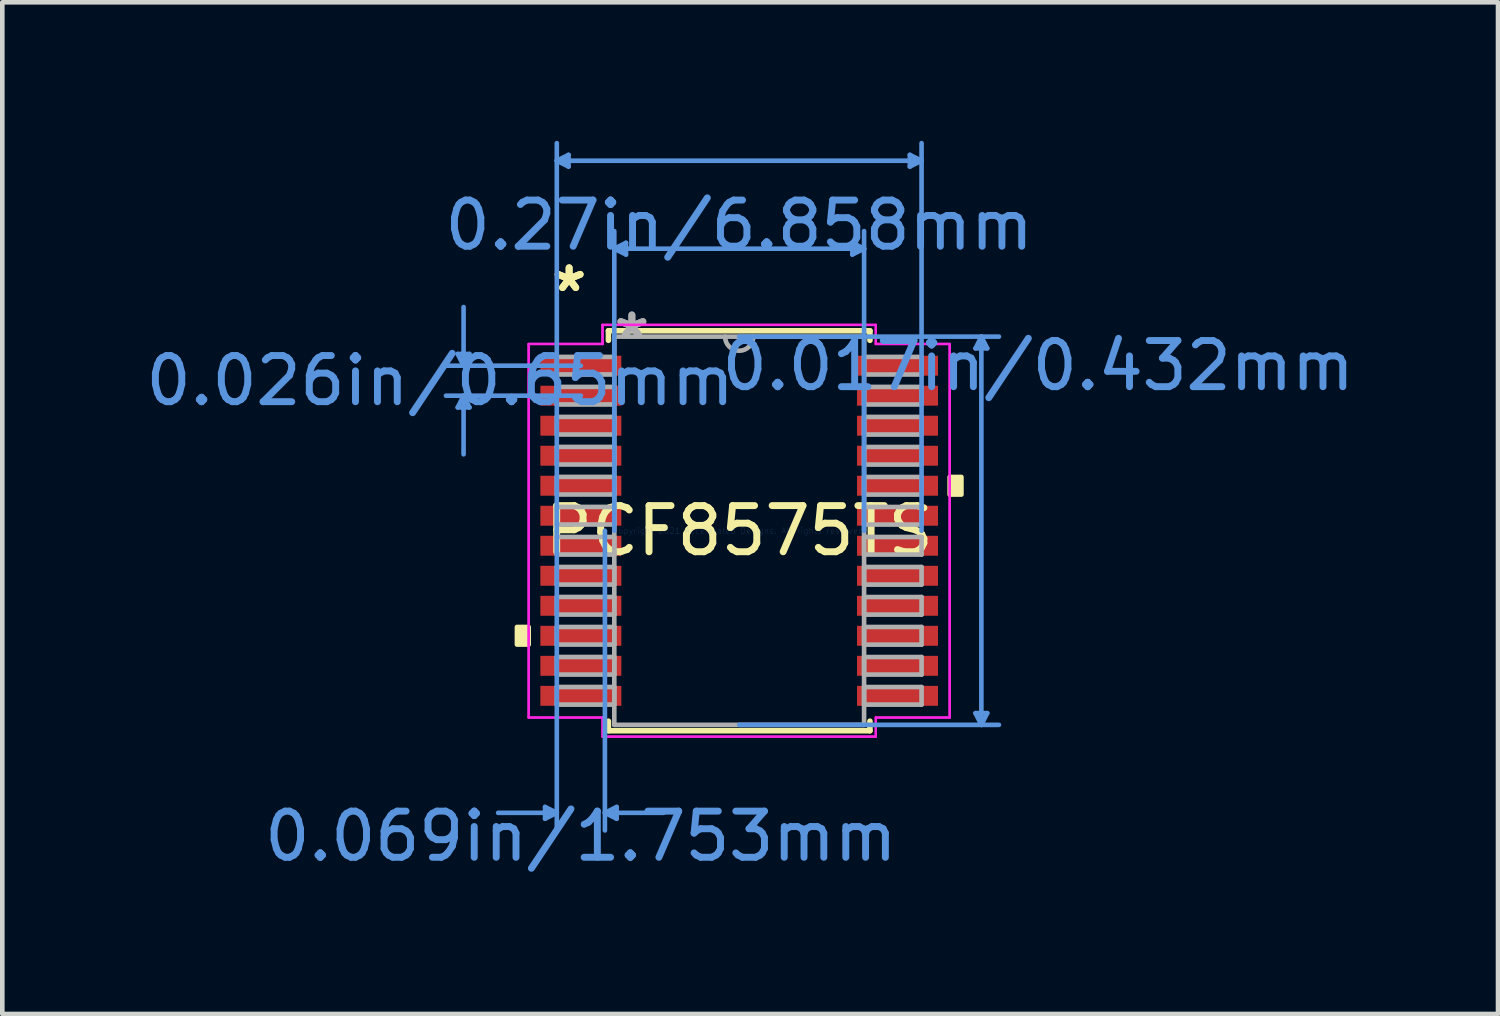
<source format=kicad_pcb>
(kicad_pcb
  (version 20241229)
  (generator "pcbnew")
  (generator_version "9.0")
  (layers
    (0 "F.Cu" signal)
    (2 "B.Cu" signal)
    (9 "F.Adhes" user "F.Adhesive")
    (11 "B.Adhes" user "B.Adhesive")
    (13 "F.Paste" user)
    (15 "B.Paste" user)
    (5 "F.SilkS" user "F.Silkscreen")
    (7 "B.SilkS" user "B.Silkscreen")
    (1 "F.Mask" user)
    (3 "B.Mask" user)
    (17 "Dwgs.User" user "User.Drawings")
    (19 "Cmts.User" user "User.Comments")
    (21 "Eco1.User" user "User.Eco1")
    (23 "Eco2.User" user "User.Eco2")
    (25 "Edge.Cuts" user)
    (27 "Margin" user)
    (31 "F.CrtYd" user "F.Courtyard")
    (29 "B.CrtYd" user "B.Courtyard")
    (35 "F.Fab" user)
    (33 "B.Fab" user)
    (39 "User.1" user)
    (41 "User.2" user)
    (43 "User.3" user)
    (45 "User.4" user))
  (footprint "PCF8575TS"
    (layer "F.Cu")
    (at 12.959 8.445)
    (property "Reference" "PCF8575TS" (at 0 0 0) (layer "F.SilkS") (effects (font (size 1 1) (thickness 0.15))))
    (attr through_hole)
    (fp_line (start -2.832 -4.331) (end -2.832 -4.124) (stroke (width 0.12) (type solid)) (layer "F.SilkS"))
    (fp_line (start -2.832 4.124) (end -2.832 4.331) (stroke (width 0.12) (type solid)) (layer "F.SilkS"))
    (fp_line (start -2.832 4.331) (end 2.832 4.331) (stroke (width 0.12) (type solid)) (layer "F.SilkS"))
    (fp_line (start 2.832 -4.331) (end -2.832 -4.331) (stroke (width 0.12) (type solid)) (layer "F.SilkS"))
    (fp_line (start 2.832 -4.124) (end 2.832 -4.331) (stroke (width 0.12) (type solid)) (layer "F.SilkS"))
    (fp_line (start 2.832 4.331) (end 2.832 4.124) (stroke (width 0.12) (type solid)) (layer "F.SilkS"))
    (fp_poly (pts (xy -4.813 2.084) (xy -4.813 2.465) (xy -4.559 2.465) (xy -4.559 2.084)) (stroke (width 0.1) (type solid)) (fill yes) (layer "F.SilkS"))
    (fp_poly (pts (xy 4.813 -1.165) (xy 4.813 -0.784) (xy 4.559 -0.784) (xy 4.559 -1.165)) (stroke (width 0.1) (type solid)) (fill yes) (layer "F.SilkS"))
    (fp_line (start -6.096 -3.829) (end -5.842 -3.829) (stroke (width 0.1) (type solid)) (layer "Cmts.User"))
    (fp_line (start -6.096 -2.671) (end -5.842 -2.671) (stroke (width 0.1) (type solid)) (layer "Cmts.User"))
    (fp_line (start -5.969 -3.575) (end -6.096 -3.829) (stroke (width 0.1) (type solid)) (layer "Cmts.User"))
    (fp_line (start -5.969 -3.575) (end -5.969 -4.845) (stroke (width 0.1) (type solid)) (layer "Cmts.User"))
    (fp_line (start -5.969 -3.575) (end -5.842 -3.829) (stroke (width 0.1) (type solid)) (layer "Cmts.User"))
    (fp_line (start -5.969 -2.925) (end -6.096 -2.671) (stroke (width 0.1) (type solid)) (layer "Cmts.User"))
    (fp_line (start -5.969 -2.925) (end -5.969 -1.655) (stroke (width 0.1) (type solid)) (layer "Cmts.User"))
    (fp_line (start -5.969 -2.925) (end -5.842 -2.671) (stroke (width 0.1) (type solid)) (layer "Cmts.User"))
    (fp_line (start -4.204 5.982) (end -4.204 6.236) (stroke (width 0.1) (type solid)) (layer "Cmts.User"))
    (fp_line (start -3.95 -8.014) (end -3.696 -8.141) (stroke (width 0.1) (type solid)) (layer "Cmts.User"))
    (fp_line (start -3.95 -8.014) (end -3.696 -7.887) (stroke (width 0.1) (type solid)) (layer "Cmts.User"))
    (fp_line (start -3.95 -8.014) (end 3.95 -8.014) (stroke (width 0.1) (type solid)) (layer "Cmts.User"))
    (fp_line (start -3.95 0) (end -3.95 -8.395) (stroke (width 0.1) (type solid)) (layer "Cmts.User"))
    (fp_line (start -3.95 0) (end -3.95 6.49) (stroke (width 0.1) (type solid)) (layer "Cmts.User"))
    (fp_line (start -3.95 6.109) (end -5.22 6.109) (stroke (width 0.1) (type solid)) (layer "Cmts.User"))
    (fp_line (start -3.95 6.109) (end -4.204 5.982) (stroke (width 0.1) (type solid)) (layer "Cmts.User"))
    (fp_line (start -3.95 6.109) (end -4.204 6.236) (stroke (width 0.1) (type solid)) (layer "Cmts.User"))
    (fp_line (start -3.696 -8.141) (end -3.696 -7.887) (stroke (width 0.1) (type solid)) (layer "Cmts.User"))
    (fp_line (start -3.429 -3.575) (end -6.35 -3.575) (stroke (width 0.1) (type solid)) (layer "Cmts.User"))
    (fp_line (start -3.429 -2.925) (end -6.35 -2.925) (stroke (width 0.1) (type solid)) (layer "Cmts.User"))
    (fp_line (start -2.908 0) (end -2.908 6.49) (stroke (width 0.1) (type solid)) (layer "Cmts.User"))
    (fp_line (start -2.908 6.109) (end -2.654 5.982) (stroke (width 0.1) (type solid)) (layer "Cmts.User"))
    (fp_line (start -2.908 6.109) (end -2.654 6.236) (stroke (width 0.1) (type solid)) (layer "Cmts.User"))
    (fp_line (start -2.908 6.109) (end -1.638 6.109) (stroke (width 0.1) (type solid)) (layer "Cmts.User"))
    (fp_line (start -2.705 -6.109) (end -2.451 -6.236) (stroke (width 0.1) (type solid)) (layer "Cmts.User"))
    (fp_line (start -2.705 -6.109) (end -2.451 -5.982) (stroke (width 0.1) (type solid)) (layer "Cmts.User"))
    (fp_line (start -2.705 -6.109) (end 2.705 -6.109) (stroke (width 0.1) (type solid)) (layer "Cmts.User"))
    (fp_line (start -2.705 0) (end -2.705 -6.49) (stroke (width 0.1) (type solid)) (layer "Cmts.User"))
    (fp_line (start -2.654 5.982) (end -2.654 6.236) (stroke (width 0.1) (type solid)) (layer "Cmts.User"))
    (fp_line (start -2.451 -6.236) (end -2.451 -5.982) (stroke (width 0.1) (type solid)) (layer "Cmts.User"))
    (fp_line (start 0 -4.204) (end 5.626 -4.204) (stroke (width 0.1) (type solid)) (layer "Cmts.User"))
    (fp_line (start 0 4.204) (end 5.626 4.204) (stroke (width 0.1) (type solid)) (layer "Cmts.User"))
    (fp_line (start 2.451 -6.236) (end 2.451 -5.982) (stroke (width 0.1) (type solid)) (layer "Cmts.User"))
    (fp_line (start 2.705 -6.109) (end 2.451 -6.236) (stroke (width 0.1) (type solid)) (layer "Cmts.User"))
    (fp_line (start 2.705 -6.109) (end 2.451 -5.982) (stroke (width 0.1) (type solid)) (layer "Cmts.User"))
    (fp_line (start 2.705 0) (end 2.705 -6.49) (stroke (width 0.1) (type solid)) (layer "Cmts.User"))
    (fp_line (start 3.696 -8.141) (end 3.696 -7.887) (stroke (width 0.1) (type solid)) (layer "Cmts.User"))
    (fp_line (start 3.95 -8.014) (end 3.696 -8.141) (stroke (width 0.1) (type solid)) (layer "Cmts.User"))
    (fp_line (start 3.95 -8.014) (end 3.696 -7.887) (stroke (width 0.1) (type solid)) (layer "Cmts.User"))
    (fp_line (start 3.95 0) (end 3.95 -8.395) (stroke (width 0.1) (type solid)) (layer "Cmts.User"))
    (fp_line (start 5.118 -3.95) (end 5.372 -3.95) (stroke (width 0.1) (type solid)) (layer "Cmts.User"))
    (fp_line (start 5.118 3.95) (end 5.372 3.95) (stroke (width 0.1) (type solid)) (layer "Cmts.User"))
    (fp_line (start 5.245 -4.204) (end 5.118 -3.95) (stroke (width 0.1) (type solid)) (layer "Cmts.User"))
    (fp_line (start 5.245 -4.204) (end 5.245 4.204) (stroke (width 0.1) (type solid)) (layer "Cmts.User"))
    (fp_line (start 5.245 -4.204) (end 5.372 -3.95) (stroke (width 0.1) (type solid)) (layer "Cmts.User"))
    (fp_line (start 5.245 4.204) (end 5.118 3.95) (stroke (width 0.1) (type solid)) (layer "Cmts.User"))
    (fp_line (start 5.245 4.204) (end 5.372 3.95) (stroke (width 0.1) (type solid)) (layer "Cmts.User"))
    (fp_line (start -4.559 -4.045) (end -2.959 -4.045) (stroke (width 0.05) (type solid)) (layer "F.CrtYd"))
    (fp_line (start -4.559 -4.045) (end -2.959 -4.045) (stroke (width 0.05) (type solid)) (layer "F.CrtYd"))
    (fp_line (start -4.559 4.045) (end -4.559 -4.045) (stroke (width 0.05) (type solid)) (layer "F.CrtYd"))
    (fp_line (start -4.559 4.045) (end -4.559 -4.045) (stroke (width 0.05) (type solid)) (layer "F.CrtYd"))
    (fp_line (start -4.559 4.045) (end -2.959 4.045) (stroke (width 0.05) (type solid)) (layer "F.CrtYd"))
    (fp_line (start -2.959 -4.458) (end 2.959 -4.458) (stroke (width 0.05) (type solid)) (layer "F.CrtYd"))
    (fp_line (start -2.959 -4.458) (end 2.959 -4.458) (stroke (width 0.05) (type solid)) (layer "F.CrtYd"))
    (fp_line (start -2.959 -4.045) (end -2.959 -4.458) (stroke (width 0.05) (type solid)) (layer "F.CrtYd"))
    (fp_line (start -2.959 -4.045) (end -2.959 -4.458) (stroke (width 0.05) (type solid)) (layer "F.CrtYd"))
    (fp_line (start -2.959 4.045) (end -4.559 4.045) (stroke (width 0.05) (type solid)) (layer "F.CrtYd"))
    (fp_line (start -2.959 4.458) (end -2.959 4.045) (stroke (width 0.05) (type solid)) (layer "F.CrtYd"))
    (fp_line (start -2.959 4.458) (end -2.959 4.045) (stroke (width 0.05) (type solid)) (layer "F.CrtYd"))
    (fp_line (start 2.959 -4.458) (end 2.959 -4.045) (stroke (width 0.05) (type solid)) (layer "F.CrtYd"))
    (fp_line (start 2.959 -4.458) (end 2.959 -4.045) (stroke (width 0.05) (type solid)) (layer "F.CrtYd"))
    (fp_line (start 2.959 -4.045) (end 4.559 -4.045) (stroke (width 0.05) (type solid)) (layer "F.CrtYd"))
    (fp_line (start 2.959 4.045) (end 2.959 4.458) (stroke (width 0.05) (type solid)) (layer "F.CrtYd"))
    (fp_line (start 2.959 4.045) (end 2.959 4.458) (stroke (width 0.05) (type solid)) (layer "F.CrtYd"))
    (fp_line (start 2.959 4.458) (end -2.959 4.458) (stroke (width 0.05) (type solid)) (layer "F.CrtYd"))
    (fp_line (start 2.959 4.458) (end -2.959 4.458) (stroke (width 0.05) (type solid)) (layer "F.CrtYd"))
    (fp_line (start 4.559 -4.045) (end 2.959 -4.045) (stroke (width 0.05) (type solid)) (layer "F.CrtYd"))
    (fp_line (start 4.559 -4.045) (end 4.559 4.045) (stroke (width 0.05) (type solid)) (layer "F.CrtYd"))
    (fp_line (start 4.559 -4.045) (end 4.559 4.045) (stroke (width 0.05) (type solid)) (layer "F.CrtYd"))
    (fp_line (start 4.559 4.045) (end 2.959 4.045) (stroke (width 0.05) (type solid)) (layer "F.CrtYd"))
    (fp_line (start 4.559 4.045) (end 2.959 4.045) (stroke (width 0.05) (type solid)) (layer "F.CrtYd"))
    (fp_line (start -3.95 -3.765) (end -3.95 -3.385) (stroke (width 0.1) (type solid)) (layer "F.Fab"))
    (fp_line (start -3.95 -3.385) (end -2.705 -3.385) (stroke (width 0.1) (type solid)) (layer "F.Fab"))
    (fp_line (start -3.95 -3.116) (end -3.95 -2.735) (stroke (width 0.1) (type solid)) (layer "F.Fab"))
    (fp_line (start -3.95 -2.735) (end -2.705 -2.735) (stroke (width 0.1) (type solid)) (layer "F.Fab"))
    (fp_line (start -3.95 -2.466) (end -3.95 -2.085) (stroke (width 0.1) (type solid)) (layer "F.Fab"))
    (fp_line (start -3.95 -2.085) (end -2.705 -2.085) (stroke (width 0.1) (type solid)) (layer "F.Fab"))
    (fp_line (start -3.95 -1.816) (end -3.95 -1.435) (stroke (width 0.1) (type solid)) (layer "F.Fab"))
    (fp_line (start -3.95 -1.435) (end -2.705 -1.435) (stroke (width 0.1) (type solid)) (layer "F.Fab"))
    (fp_line (start -3.95 -1.166) (end -3.95 -0.785) (stroke (width 0.1) (type solid)) (layer "F.Fab"))
    (fp_line (start -3.95 -0.785) (end -2.705 -0.785) (stroke (width 0.1) (type solid)) (layer "F.Fab"))
    (fp_line (start -3.95 -0.516) (end -3.95 -0.135) (stroke (width 0.1) (type solid)) (layer "F.Fab"))
    (fp_line (start -3.95 -0.135) (end -2.705 -0.135) (stroke (width 0.1) (type solid)) (layer "F.Fab"))
    (fp_line (start -3.95 0.134) (end -3.95 0.515) (stroke (width 0.1) (type solid)) (layer "F.Fab"))
    (fp_line (start -3.95 0.515) (end -2.705 0.515) (stroke (width 0.1) (type solid)) (layer "F.Fab"))
    (fp_line (start -3.95 0.784) (end -3.95 1.165) (stroke (width 0.1) (type solid)) (layer "F.Fab"))
    (fp_line (start -3.95 1.165) (end -2.705 1.165) (stroke (width 0.1) (type solid)) (layer "F.Fab"))
    (fp_line (start -3.95 1.434) (end -3.95 1.815) (stroke (width 0.1) (type solid)) (layer "F.Fab"))
    (fp_line (start -3.95 1.815) (end -2.705 1.815) (stroke (width 0.1) (type solid)) (layer "F.Fab"))
    (fp_line (start -3.95 2.084) (end -3.95 2.465) (stroke (width 0.1) (type solid)) (layer "F.Fab"))
    (fp_line (start -3.95 2.465) (end -2.705 2.465) (stroke (width 0.1) (type solid)) (layer "F.Fab"))
    (fp_line (start -3.95 2.734) (end -3.95 3.115) (stroke (width 0.1) (type solid)) (layer "F.Fab"))
    (fp_line (start -3.95 3.115) (end -2.705 3.115) (stroke (width 0.1) (type solid)) (layer "F.Fab"))
    (fp_line (start -3.95 3.384) (end -3.95 3.765) (stroke (width 0.1) (type solid)) (layer "F.Fab"))
    (fp_line (start -3.95 3.765) (end -2.705 3.765) (stroke (width 0.1) (type solid)) (layer "F.Fab"))
    (fp_line (start -2.705 -4.204) (end -2.705 4.204) (stroke (width 0.1) (type solid)) (layer "F.Fab"))
    (fp_line (start -2.705 -3.765) (end -3.95 -3.765) (stroke (width 0.1) (type solid)) (layer "F.Fab"))
    (fp_line (start -2.705 -3.385) (end -2.705 -3.765) (stroke (width 0.1) (type solid)) (layer "F.Fab"))
    (fp_line (start -2.705 -3.116) (end -3.95 -3.116) (stroke (width 0.1) (type solid)) (layer "F.Fab"))
    (fp_line (start -2.705 -2.735) (end -2.705 -3.116) (stroke (width 0.1) (type solid)) (layer "F.Fab"))
    (fp_line (start -2.705 -2.466) (end -3.95 -2.466) (stroke (width 0.1) (type solid)) (layer "F.Fab"))
    (fp_line (start -2.705 -2.085) (end -2.705 -2.466) (stroke (width 0.1) (type solid)) (layer "F.Fab"))
    (fp_line (start -2.705 -1.816) (end -3.95 -1.816) (stroke (width 0.1) (type solid)) (layer "F.Fab"))
    (fp_line (start -2.705 -1.435) (end -2.705 -1.816) (stroke (width 0.1) (type solid)) (layer "F.Fab"))
    (fp_line (start -2.705 -1.166) (end -3.95 -1.166) (stroke (width 0.1) (type solid)) (layer "F.Fab"))
    (fp_line (start -2.705 -0.785) (end -2.705 -1.166) (stroke (width 0.1) (type solid)) (layer "F.Fab"))
    (fp_line (start -2.705 -0.516) (end -3.95 -0.516) (stroke (width 0.1) (type solid)) (layer "F.Fab"))
    (fp_line (start -2.705 -0.135) (end -2.705 -0.516) (stroke (width 0.1) (type solid)) (layer "F.Fab"))
    (fp_line (start -2.705 0.134) (end -3.95 0.134) (stroke (width 0.1) (type solid)) (layer "F.Fab"))
    (fp_line (start -2.705 0.515) (end -2.705 0.134) (stroke (width 0.1) (type solid)) (layer "F.Fab"))
    (fp_line (start -2.705 0.784) (end -3.95 0.784) (stroke (width 0.1) (type solid)) (layer "F.Fab"))
    (fp_line (start -2.705 1.165) (end -2.705 0.784) (stroke (width 0.1) (type solid)) (layer "F.Fab"))
    (fp_line (start -2.705 1.434) (end -3.95 1.434) (stroke (width 0.1) (type solid)) (layer "F.Fab"))
    (fp_line (start -2.705 1.815) (end -2.705 1.434) (stroke (width 0.1) (type solid)) (layer "F.Fab"))
    (fp_line (start -2.705 2.084) (end -3.95 2.084) (stroke (width 0.1) (type solid)) (layer "F.Fab"))
    (fp_line (start -2.705 2.465) (end -2.705 2.084) (stroke (width 0.1) (type solid)) (layer "F.Fab"))
    (fp_line (start -2.705 2.734) (end -3.95 2.734) (stroke (width 0.1) (type solid)) (layer "F.Fab"))
    (fp_line (start -2.705 3.115) (end -2.705 2.734) (stroke (width 0.1) (type solid)) (layer "F.Fab"))
    (fp_line (start -2.705 3.384) (end -3.95 3.384) (stroke (width 0.1) (type solid)) (layer "F.Fab"))
    (fp_line (start -2.705 3.765) (end -2.705 3.384) (stroke (width 0.1) (type solid)) (layer "F.Fab"))
    (fp_line (start -2.705 4.204) (end 2.705 4.204) (stroke (width 0.1) (type solid)) (layer "F.Fab"))
    (fp_line (start 2.705 -4.204) (end -2.705 -4.204) (stroke (width 0.1) (type solid)) (layer "F.Fab"))
    (fp_line (start 2.705 -3.765) (end 2.705 -3.384) (stroke (width 0.1) (type solid)) (layer "F.Fab"))
    (fp_line (start 2.705 -3.384) (end 3.95 -3.384) (stroke (width 0.1) (type solid)) (layer "F.Fab"))
    (fp_line (start 2.705 -3.115) (end 2.705 -2.734) (stroke (width 0.1) (type solid)) (layer "F.Fab"))
    (fp_line (start 2.705 -2.734) (end 3.95 -2.734) (stroke (width 0.1) (type solid)) (layer "F.Fab"))
    (fp_line (start 2.705 -2.465) (end 2.705 -2.084) (stroke (width 0.1) (type solid)) (layer "F.Fab"))
    (fp_line (start 2.705 -2.084) (end 3.95 -2.084) (stroke (width 0.1) (type solid)) (layer "F.Fab"))
    (fp_line (start 2.705 -1.815) (end 2.705 -1.434) (stroke (width 0.1) (type solid)) (layer "F.Fab"))
    (fp_line (start 2.705 -1.434) (end 3.95 -1.434) (stroke (width 0.1) (type solid)) (layer "F.Fab"))
    (fp_line (start 2.705 -1.165) (end 2.705 -0.784) (stroke (width 0.1) (type solid)) (layer "F.Fab"))
    (fp_line (start 2.705 -0.784) (end 3.95 -0.784) (stroke (width 0.1) (type solid)) (layer "F.Fab"))
    (fp_line (start 2.705 -0.515) (end 2.705 -0.134) (stroke (width 0.1) (type solid)) (layer "F.Fab"))
    (fp_line (start 2.705 -0.134) (end 3.95 -0.134) (stroke (width 0.1) (type solid)) (layer "F.Fab"))
    (fp_line (start 2.705 0.135) (end 2.705 0.516) (stroke (width 0.1) (type solid)) (layer "F.Fab"))
    (fp_line (start 2.705 0.516) (end 3.95 0.516) (stroke (width 0.1) (type solid)) (layer "F.Fab"))
    (fp_line (start 2.705 0.785) (end 2.705 1.166) (stroke (width 0.1) (type solid)) (layer "F.Fab"))
    (fp_line (start 2.705 1.166) (end 3.95 1.166) (stroke (width 0.1) (type solid)) (layer "F.Fab"))
    (fp_line (start 2.705 1.435) (end 2.705 1.816) (stroke (width 0.1) (type solid)) (layer "F.Fab"))
    (fp_line (start 2.705 1.816) (end 3.95 1.816) (stroke (width 0.1) (type solid)) (layer "F.Fab"))
    (fp_line (start 2.705 2.084) (end 2.705 2.466) (stroke (width 0.1) (type solid)) (layer "F.Fab"))
    (fp_line (start 2.705 2.466) (end 3.95 2.466) (stroke (width 0.1) (type solid)) (layer "F.Fab"))
    (fp_line (start 2.705 2.735) (end 2.705 3.115) (stroke (width 0.1) (type solid)) (layer "F.Fab"))
    (fp_line (start 2.705 3.115) (end 3.95 3.115) (stroke (width 0.1) (type solid)) (layer "F.Fab"))
    (fp_line (start 2.705 3.385) (end 2.705 3.765) (stroke (width 0.1) (type solid)) (layer "F.Fab"))
    (fp_line (start 2.705 3.765) (end 3.95 3.765) (stroke (width 0.1) (type solid)) (layer "F.Fab"))
    (fp_line (start 2.705 4.204) (end 2.705 -4.204) (stroke (width 0.1) (type solid)) (layer "F.Fab"))
    (fp_line (start 3.95 -3.765) (end 2.705 -3.765) (stroke (width 0.1) (type solid)) (layer "F.Fab"))
    (fp_line (start 3.95 -3.384) (end 3.95 -3.765) (stroke (width 0.1) (type solid)) (layer "F.Fab"))
    (fp_line (start 3.95 -3.115) (end 2.705 -3.115) (stroke (width 0.1) (type solid)) (layer "F.Fab"))
    (fp_line (start 3.95 -2.734) (end 3.95 -3.115) (stroke (width 0.1) (type solid)) (layer "F.Fab"))
    (fp_line (start 3.95 -2.465) (end 2.705 -2.465) (stroke (width 0.1) (type solid)) (layer "F.Fab"))
    (fp_line (start 3.95 -2.084) (end 3.95 -2.465) (stroke (width 0.1) (type solid)) (layer "F.Fab"))
    (fp_line (start 3.95 -1.815) (end 2.705 -1.815) (stroke (width 0.1) (type solid)) (layer "F.Fab"))
    (fp_line (start 3.95 -1.434) (end 3.95 -1.815) (stroke (width 0.1) (type solid)) (layer "F.Fab"))
    (fp_line (start 3.95 -1.165) (end 2.705 -1.165) (stroke (width 0.1) (type solid)) (layer "F.Fab"))
    (fp_line (start 3.95 -0.784) (end 3.95 -1.165) (stroke (width 0.1) (type solid)) (layer "F.Fab"))
    (fp_line (start 3.95 -0.515) (end 2.705 -0.515) (stroke (width 0.1) (type solid)) (layer "F.Fab"))
    (fp_line (start 3.95 -0.134) (end 3.95 -0.515) (stroke (width 0.1) (type solid)) (layer "F.Fab"))
    (fp_line (start 3.95 0.135) (end 2.705 0.135) (stroke (width 0.1) (type solid)) (layer "F.Fab"))
    (fp_line (start 3.95 0.516) (end 3.95 0.135) (stroke (width 0.1) (type solid)) (layer "F.Fab"))
    (fp_line (start 3.95 0.785) (end 2.705 0.785) (stroke (width 0.1) (type solid)) (layer "F.Fab"))
    (fp_line (start 3.95 1.166) (end 3.95 0.785) (stroke (width 0.1) (type solid)) (layer "F.Fab"))
    (fp_line (start 3.95 1.435) (end 2.705 1.435) (stroke (width 0.1) (type solid)) (layer "F.Fab"))
    (fp_line (start 3.95 1.816) (end 3.95 1.435) (stroke (width 0.1) (type solid)) (layer "F.Fab"))
    (fp_line (start 3.95 2.084) (end 2.705 2.084) (stroke (width 0.1) (type solid)) (layer "F.Fab"))
    (fp_line (start 3.95 2.466) (end 3.95 2.084) (stroke (width 0.1) (type solid)) (layer "F.Fab"))
    (fp_line (start 3.95 2.735) (end 2.705 2.735) (stroke (width 0.1) (type solid)) (layer "F.Fab"))
    (fp_line (start 3.95 3.115) (end 3.95 2.735) (stroke (width 0.1) (type solid)) (layer "F.Fab"))
    (fp_line (start 3.95 3.385) (end 2.705 3.385) (stroke (width 0.1) (type solid)) (layer "F.Fab"))
    (fp_line (start 3.95 3.765) (end 3.95 3.385) (stroke (width 0.1) (type solid)) (layer "F.Fab"))
    (fp_arc (start 0.3048 -4.2037) (mid 0 -3.8989) (end -0.3048 -4.2037) (stroke (width 0.1) (type solid)) (layer "F.Fab"))
    (fp_text user "*" (at -3.683 -5.15 0) (layer "F.SilkS") (effects (font (size 1 1) (thickness 0.15))))
    (fp_text user "*" (at -3.683 -5.15 0) (layer "F.SilkS") (effects (font (size 1 1) (thickness 0.15))))
    (fp_text user "Copyright 2021 Accelerated Designs. All rights reserved." (at 0 0 0) (layer "Cmts.User") (effects (font (size 0.127 0.127) (thickness 0.002))))
    (fp_text user "0.069in/1.753mm" (at -3.429 6.617 0) (layer "Cmts.User") (effects (font (size 1 1) (thickness 0.15))))
    (fp_text user "0.27in/6.858mm" (at 0 -6.617 0) (layer "Cmts.User") (effects (font (size 1 1) (thickness 0.15))))
    (fp_text user "0.026in/0.65mm" (at -6.477 -3.25 0) (layer "Cmts.User") (effects (font (size 1 1) (thickness 0.15))))
    (fp_text user "0.017in/0.432mm" (at 6.477 -3.575 0) (layer "Cmts.User") (effects (font (size 1 1) (thickness 0.15))))
    (fp_text user "*" (at -2.324 -4.128 0) (layer "F.Fab") (effects (font (size 1 1) (thickness 0.15))))
    (fp_text user "*" (at -2.324 -4.128 0) (layer "F.Fab") (effects (font (size 1 1) (thickness 0.15))))
    (pad "1" smd rect (at -3.429 -3.575) (size 1.753 0.432) (layers "F.Cu" "F.Mask" "F.Paste"))
    (pad "2" smd rect (at -3.429 -2.925) (size 1.753 0.432) (layers "F.Cu" "F.Mask" "F.Paste"))
    (pad "3" smd rect (at -3.429 -2.275) (size 1.753 0.432) (layers "F.Cu" "F.Mask" "F.Paste"))
    (pad "4" smd rect (at -3.429 -1.625) (size 1.753 0.432) (layers "F.Cu" "F.Mask" "F.Paste"))
    (pad "5" smd rect (at -3.429 -0.975) (size 1.753 0.432) (layers "F.Cu" "F.Mask" "F.Paste"))
    (pad "6" smd rect (at -3.429 -0.325) (size 1.753 0.432) (layers "F.Cu" "F.Mask" "F.Paste"))
    (pad "7" smd rect (at -3.429 0.325) (size 1.753 0.432) (layers "F.Cu" "F.Mask" "F.Paste"))
    (pad "8" smd rect (at -3.429 0.975) (size 1.753 0.432) (layers "F.Cu" "F.Mask" "F.Paste"))
    (pad "9" smd rect (at -3.429 1.625) (size 1.753 0.432) (layers "F.Cu" "F.Mask" "F.Paste"))
    (pad "10" smd rect (at -3.429 2.275) (size 1.753 0.432) (layers "F.Cu" "F.Mask" "F.Paste"))
    (pad "11" smd rect (at -3.429 2.925) (size 1.753 0.432) (layers "F.Cu" "F.Mask" "F.Paste"))
    (pad "12" smd rect (at -3.429 3.575) (size 1.753 0.432) (layers "F.Cu" "F.Mask" "F.Paste"))
    (pad "13" smd rect (at 3.429 3.575) (size 1.753 0.432) (layers "F.Cu" "F.Mask" "F.Paste"))
    (pad "14" smd rect (at 3.429 2.925) (size 1.753 0.432) (layers "F.Cu" "F.Mask" "F.Paste"))
    (pad "15" smd rect (at 3.429 2.275) (size 1.753 0.432) (layers "F.Cu" "F.Mask" "F.Paste"))
    (pad "16" smd rect (at 3.429 1.625) (size 1.753 0.432) (layers "F.Cu" "F.Mask" "F.Paste"))
    (pad "17" smd rect (at 3.429 0.975) (size 1.753 0.432) (layers "F.Cu" "F.Mask" "F.Paste"))
    (pad "18" smd rect (at 3.429 0.325) (size 1.753 0.432) (layers "F.Cu" "F.Mask" "F.Paste"))
    (pad "19" smd rect (at 3.429 -0.325) (size 1.753 0.432) (layers "F.Cu" "F.Mask" "F.Paste"))
    (pad "20" smd rect (at 3.429 -0.975) (size 1.753 0.432) (layers "F.Cu" "F.Mask" "F.Paste"))
    (pad "21" smd rect (at 3.429 -1.625) (size 1.753 0.432) (layers "F.Cu" "F.Mask" "F.Paste"))
    (pad "22" smd rect (at 3.429 -2.275) (size 1.753 0.432) (layers "F.Cu" "F.Mask" "F.Paste"))
    (pad "23" smd rect (at 3.429 -2.925) (size 1.753 0.432) (layers "F.Cu" "F.Mask" "F.Paste"))
    (pad "24" smd rect (at 3.429 -3.575) (size 1.753 0.432) (layers "F.Cu" "F.Mask" "F.Paste")))
  (gr_rect
    (start -3 -3)
    (end 29.394 18.91)
    (stroke (width 0.1) (type default))
    (fill no)
    (layer "Edge.Cuts")))
</source>
